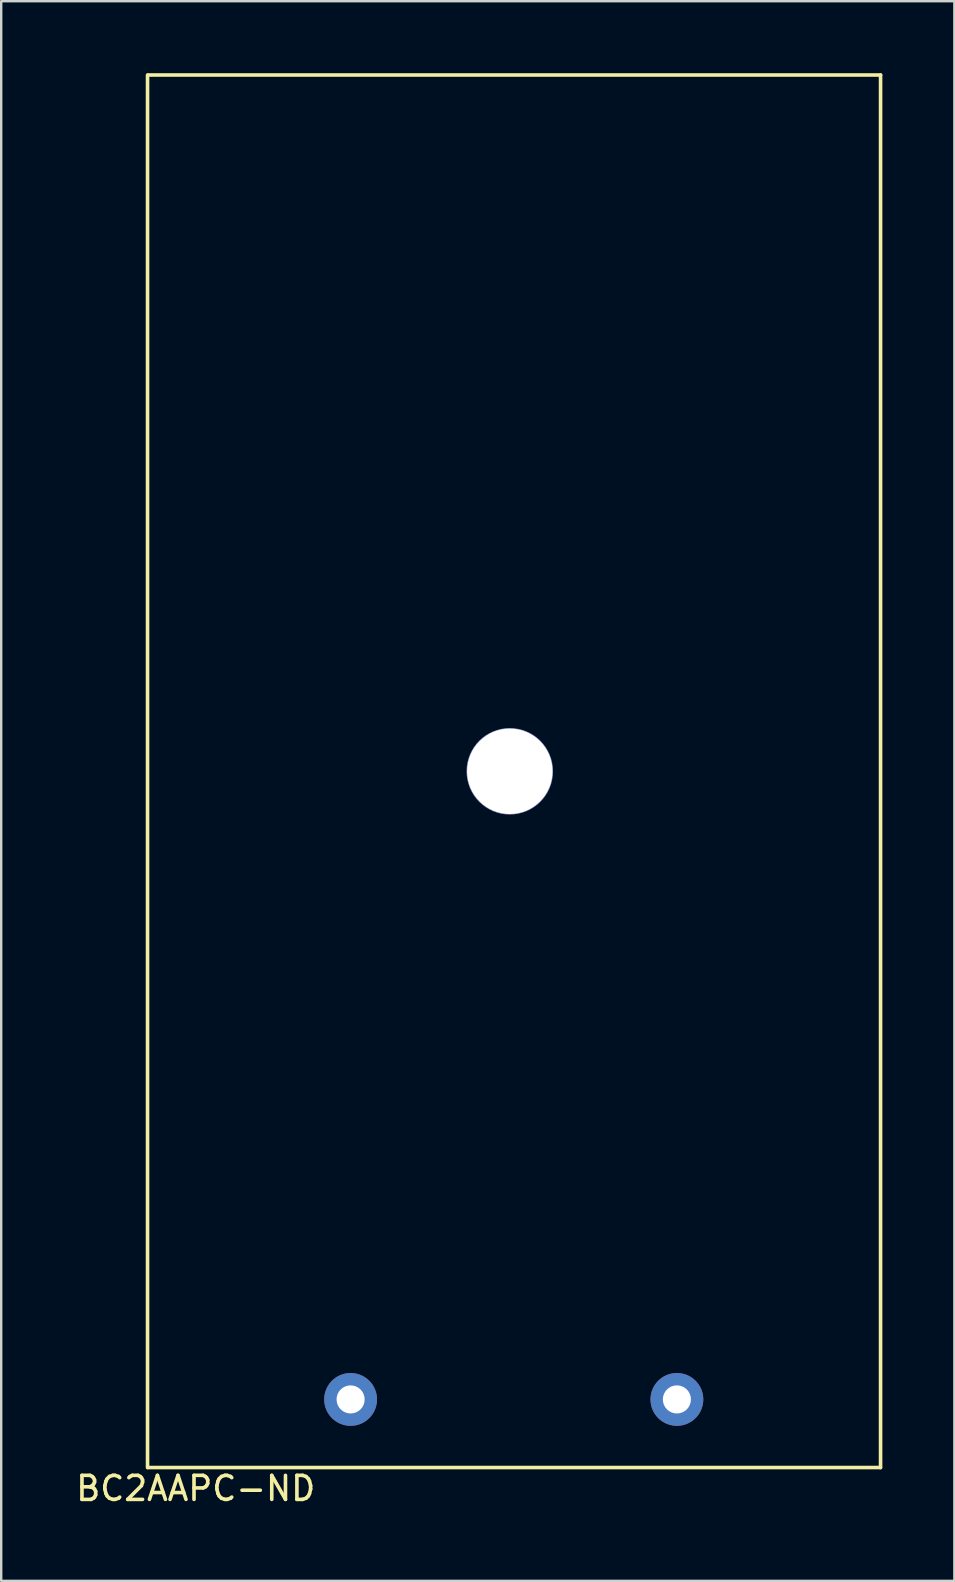
<source format=kicad_pcb>
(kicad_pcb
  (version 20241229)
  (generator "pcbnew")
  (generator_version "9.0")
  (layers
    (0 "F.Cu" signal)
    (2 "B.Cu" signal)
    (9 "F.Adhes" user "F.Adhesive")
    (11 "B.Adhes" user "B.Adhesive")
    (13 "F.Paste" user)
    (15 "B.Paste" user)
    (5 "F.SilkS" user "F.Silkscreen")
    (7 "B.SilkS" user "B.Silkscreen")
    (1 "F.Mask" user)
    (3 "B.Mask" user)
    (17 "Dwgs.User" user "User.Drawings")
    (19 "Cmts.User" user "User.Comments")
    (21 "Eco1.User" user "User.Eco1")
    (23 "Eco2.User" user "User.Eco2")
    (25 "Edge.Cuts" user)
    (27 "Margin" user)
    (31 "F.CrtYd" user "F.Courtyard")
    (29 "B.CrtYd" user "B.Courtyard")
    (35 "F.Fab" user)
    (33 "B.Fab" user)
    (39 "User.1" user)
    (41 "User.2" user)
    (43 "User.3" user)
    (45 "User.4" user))
  (footprint "BC2AAPC-ND"
    (layer "F.Cu")
    (at 3.095 58.056)
    (property "Reference" "BC2AAPC-ND" (at 2.007 0.889 0) (layer "F.SilkS") (effects (font (size 1 1) (thickness 0.15))))
    (attr through_hole)
    (fp_line (start 0 0.019) (end 0 -57.981) (stroke (width 0.15) (type solid)) (layer "F.SilkS"))
    (fp_line (start 0.025 0.019) (end 30.525 0.019) (stroke (width 0.15) (type solid)) (layer "F.SilkS"))
    (fp_line (start 0.031 -57.981) (end 30.531 -57.981) (stroke (width 0.15) (type solid)) (layer "F.SilkS"))
    (fp_line (start 30.531 0.019) (end 30.531 -57.981) (stroke (width 0.15) (type solid)) (layer "F.SilkS"))
    (pad "" np_thru_hole circle (at 15.088 -28.981) (size 3.6 3.6) (drill 3.56) (layers "*.Cu" "*.Mask"))
    (pad "1" thru_hole circle (at 8.458 -2.819) (size 2.2 2.2) (drill 1.17) (layers "*.Cu" "*.Mask"))
    (pad "2" thru_hole circle (at 22.048 -2.819) (size 2.2 2.2) (drill 1.17) (layers "*.Cu" "*.Mask")))
  (gr_rect
    (start -3 -3)
    (end 36.7 62.794)
    (stroke (width 0.1) (type default))
    (fill no)
    (layer "Edge.Cuts")))
</source>
